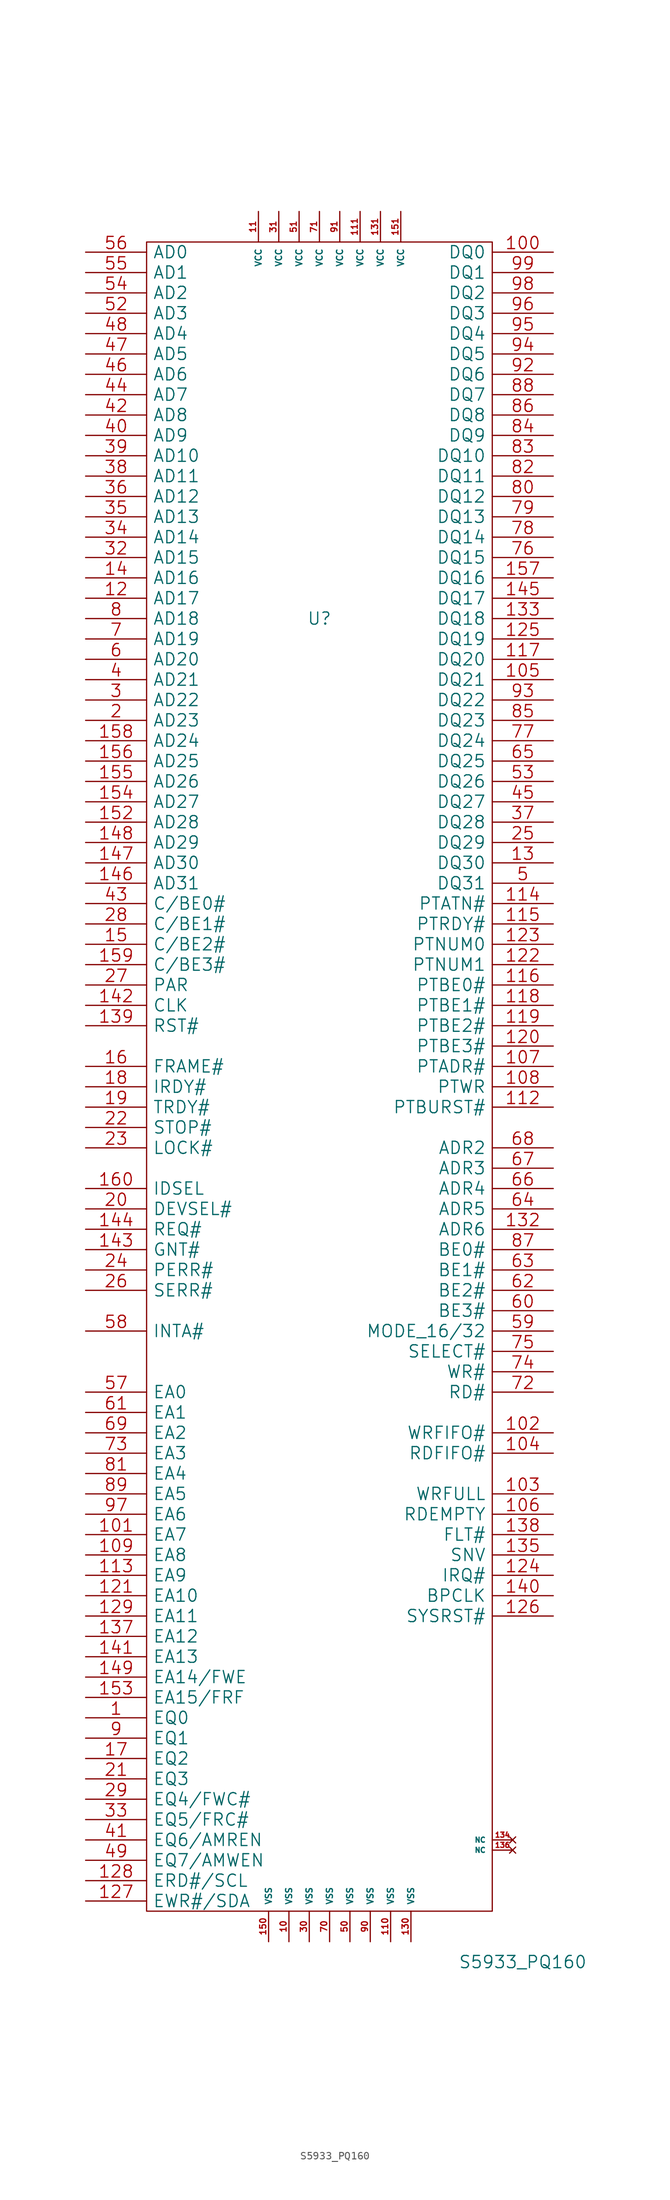
<source format=kicad_sym>
(kicad_symbol_lib
  (version 20231120)
  (generator "kicad_symbol_editor")
  (generator_version "8.0")
  (symbol "S5933_PQ160"
    (pin_names
      (offset 0.762))
    (property "Reference" "U"
      (at 0 57.15 0)
      (effects (font (size 1.524 1.524))))
    (property "Value" "S5933_PQ160"
      (at 25.4 -110.49 0)
      (effects (font (size 1.524 1.524))))
    (property "Footprint" ""
      (at 0 0 0)
      (effects (font (size 1.524 1.524))))
    (property "Datasheet" ""
      (at 0 0 0)
      (effects (font (size 1.524 1.524))))
    (symbol "S5933_PQ160_0_0"
      (pin power_in line (at -3.81 -107.95 90) (length 3.81) (name "VSS" (effects (font (size 0.762 0.762)))) (number "10" (effects (font (size 0.762 0.762)))))
      (pin power_in line (at -7.62 107.95 270) (length 3.81) (name "VCC" (effects (font (size 0.762 0.762)))) (number "11" (effects (font (size 0.762 0.762)))))
      (pin power_in line (at 8.89 -107.95 90) (length 3.81) (name "VSS" (effects (font (size 0.762 0.762)))) (number "110" (effects (font (size 0.762 0.762)))))
      (pin power_in line (at 5.08 107.95 270) (length 3.81) (name "VCC" (effects (font (size 0.762 0.762)))) (number "111" (effects (font (size 0.762 0.762)))))
      (pin power_in line (at 11.43 -107.95 90) (length 3.81) (name "VSS" (effects (font (size 0.762 0.762)))) (number "130" (effects (font (size 0.762 0.762)))))
      (pin power_in line (at 7.62 107.95 270) (length 3.81) (name "VCC" (effects (font (size 0.762 0.762)))) (number "131" (effects (font (size 0.762 0.762)))))
      (pin power_in line (at -6.35 -107.95 90) (length 3.81) (name "VSS" (effects (font (size 0.762 0.762)))) (number "150" (effects (font (size 0.762 0.762)))))
      (pin power_in line (at 10.16 107.95 270) (length 3.81) (name "VCC" (effects (font (size 0.762 0.762)))) (number "151" (effects (font (size 0.762 0.762)))))
      (pin power_in line (at -1.27 -107.95 90) (length 3.81) (name "VSS" (effects (font (size 0.762 0.762)))) (number "30" (effects (font (size 0.762 0.762)))))
      (pin power_in line (at -5.08 107.95 270) (length 3.81) (name "VCC" (effects (font (size 0.762 0.762)))) (number "31" (effects (font (size 0.762 0.762)))))
      (pin power_in line (at 3.81 -107.95 90) (length 3.81) (name "VSS" (effects (font (size 0.762 0.762)))) (number "50" (effects (font (size 0.762 0.762)))))
      (pin power_in line (at -2.54 107.95 270) (length 3.81) (name "VCC" (effects (font (size 0.762 0.762)))) (number "51" (effects (font (size 0.762 0.762)))))
      (pin power_in line (at 1.27 -107.95 90) (length 3.81) (name "VSS" (effects (font (size 0.762 0.762)))) (number "70" (effects (font (size 0.762 0.762)))))
      (pin power_in line (at 0 107.95 270) (length 3.81) (name "VCC" (effects (font (size 0.762 0.762)))) (number "71" (effects (font (size 0.762 0.762)))))
      (pin power_in line (at 6.35 -107.95 90) (length 3.81) (name "VSS" (effects (font (size 0.762 0.762)))) (number "90" (effects (font (size 0.762 0.762)))))
      (pin power_in line (at 2.54 107.95 270) (length 3.81) (name "VCC" (effects (font (size 0.762 0.762)))) (number "91" (effects (font (size 0.762 0.762))))))
    (symbol "S5933_PQ160_0_1"
      (rectangle (start -21.59 104.14) (end 21.59 -104.14) (stroke (width 0) (type default)) (fill (type none))))
    (symbol "S5933_PQ160_1_1"
      (pin bidirectional line (at -29.21 -80.01 0) (length 7.62) (name "EQ0" (effects (font (size 1.524 1.524)))) (number "1" (effects (font (size 1.524 1.524)))))
      (pin bidirectional line (at 29.21 102.87 180) (length 7.62) (name "DQ0" (effects (font (size 1.524 1.524)))) (number "100" (effects (font (size 1.524 1.524)))))
      (pin bidirectional line (at -29.21 -57.15 0) (length 7.62) (name "EA7" (effects (font (size 1.524 1.524)))) (number "101" (effects (font (size 1.524 1.524)))))
      (pin input line (at 29.21 -44.45 180) (length 7.62) (name "WRFIFO#" (effects (font (size 1.524 1.524)))) (number "102" (effects (font (size 1.524 1.524)))))
      (pin output line (at 29.21 -52.07 180) (length 7.62) (name "WRFULL" (effects (font (size 1.524 1.524)))) (number "103" (effects (font (size 1.524 1.524)))))
      (pin input line (at 29.21 -46.99 180) (length 7.62) (name "RDFIFO#" (effects (font (size 1.524 1.524)))) (number "104" (effects (font (size 1.524 1.524)))))
      (pin bidirectional line (at 29.21 49.53 180) (length 7.62) (name "DQ21" (effects (font (size 1.524 1.524)))) (number "105" (effects (font (size 1.524 1.524)))))
      (pin output line (at 29.21 -54.61 180) (length 7.62) (name "RDEMPTY" (effects (font (size 1.524 1.524)))) (number "106" (effects (font (size 1.524 1.524)))))
      (pin input line (at 29.21 1.27 180) (length 7.62) (name "PTADR#" (effects (font (size 1.524 1.524)))) (number "107" (effects (font (size 1.524 1.524)))))
      (pin output line (at 29.21 -1.27 180) (length 7.62) (name "PTWR" (effects (font (size 1.524 1.524)))) (number "108" (effects (font (size 1.524 1.524)))))
      (pin bidirectional line (at -29.21 -59.69 0) (length 7.62) (name "EA8" (effects (font (size 1.524 1.524)))) (number "109" (effects (font (size 1.524 1.524)))))
      (pin output line (at 29.21 -3.81 180) (length 7.62) (name "PTBURST#" (effects (font (size 1.524 1.524)))) (number "112" (effects (font (size 1.524 1.524)))))
      (pin output line (at -29.21 -62.23 0) (length 7.62) (name "EA9" (effects (font (size 1.524 1.524)))) (number "113" (effects (font (size 1.524 1.524)))))
      (pin output line (at 29.21 21.59 180) (length 7.62) (name "PTATN#" (effects (font (size 1.524 1.524)))) (number "114" (effects (font (size 1.524 1.524)))))
      (pin input line (at 29.21 19.05 180) (length 7.62) (name "PTRDY#" (effects (font (size 1.524 1.524)))) (number "115" (effects (font (size 1.524 1.524)))))
      (pin output line (at 29.21 11.43 180) (length 7.62) (name "PTBE0#" (effects (font (size 1.524 1.524)))) (number "116" (effects (font (size 1.524 1.524)))))
      (pin bidirectional line (at 29.21 52.07 180) (length 7.62) (name "DQ20" (effects (font (size 1.524 1.524)))) (number "117" (effects (font (size 1.524 1.524)))))
      (pin output line (at 29.21 8.89 180) (length 7.62) (name "PTBE1#" (effects (font (size 1.524 1.524)))) (number "118" (effects (font (size 1.524 1.524)))))
      (pin output line (at 29.21 6.35 180) (length 7.62) (name "PTBE2#" (effects (font (size 1.524 1.524)))) (number "119" (effects (font (size 1.524 1.524)))))
      (pin bidirectional line (at -29.21 59.69 0) (length 7.62) (name "AD17" (effects (font (size 1.524 1.524)))) (number "12" (effects (font (size 1.524 1.524)))))
      (pin output line (at 29.21 3.81 180) (length 7.62) (name "PTBE3#" (effects (font (size 1.524 1.524)))) (number "120" (effects (font (size 1.524 1.524)))))
      (pin output line (at -29.21 -64.77 0) (length 7.62) (name "EA10" (effects (font (size 1.524 1.524)))) (number "121" (effects (font (size 1.524 1.524)))))
      (pin output line (at 29.21 13.97 180) (length 7.62) (name "PTNUM1" (effects (font (size 1.524 1.524)))) (number "122" (effects (font (size 1.524 1.524)))))
      (pin output line (at 29.21 16.51 180) (length 7.62) (name "PTNUM0" (effects (font (size 1.524 1.524)))) (number "123" (effects (font (size 1.524 1.524)))))
      (pin output line (at 29.21 -62.23 180) (length 7.62) (name "IRQ#" (effects (font (size 1.524 1.524)))) (number "124" (effects (font (size 1.524 1.524)))))
      (pin bidirectional line (at 29.21 54.61 180) (length 7.62) (name "DQ19" (effects (font (size 1.524 1.524)))) (number "125" (effects (font (size 1.524 1.524)))))
      (pin output line (at 29.21 -67.31 180) (length 7.62) (name "SYSRST#" (effects (font (size 1.524 1.524)))) (number "126" (effects (font (size 1.524 1.524)))))
      (pin bidirectional line (at -29.21 -102.87 0) (length 7.62) (name "EWR#/SDA" (effects (font (size 1.524 1.524)))) (number "127" (effects (font (size 1.524 1.524)))))
      (pin output line (at -29.21 -100.33 0) (length 7.62) (name "ERD#/SCL" (effects (font (size 1.524 1.524)))) (number "128" (effects (font (size 1.524 1.524)))))
      (pin output line (at -29.21 -67.31 0) (length 7.62) (name "EA11" (effects (font (size 1.524 1.524)))) (number "129" (effects (font (size 1.524 1.524)))))
      (pin bidirectional line (at 29.21 26.67 180) (length 7.62) (name "DQ30" (effects (font (size 1.524 1.524)))) (number "13" (effects (font (size 1.524 1.524)))))
      (pin input line (at 29.21 -19.05 180) (length 7.62) (name "ADR6" (effects (font (size 1.524 1.524)))) (number "132" (effects (font (size 1.524 1.524)))))
      (pin bidirectional line (at 29.21 57.15 180) (length 7.62) (name "DQ18" (effects (font (size 1.524 1.524)))) (number "133" (effects (font (size 1.524 1.524)))))
      (pin no_connect line (at 24.13 -95.25 180) (length 2.54) (name "NC" (effects (font (size 0.635 0.635)))) (number "134" (effects (font (size 0.635 0.635)))))
      (pin input line (at 29.21 -59.69 180) (length 7.62) (name "SNV" (effects (font (size 1.524 1.524)))) (number "135" (effects (font (size 1.524 1.524)))))
      (pin no_connect line (at 24.13 -96.52 180) (length 2.54) (name "NC" (effects (font (size 0.635 0.635)))) (number "136" (effects (font (size 0.635 0.635)))))
      (pin output line (at -29.21 -69.85 0) (length 7.62) (name "EA12" (effects (font (size 1.524 1.524)))) (number "137" (effects (font (size 1.524 1.524)))))
      (pin input line (at 29.21 -57.15 180) (length 7.62) (name "FLT#" (effects (font (size 1.524 1.524)))) (number "138" (effects (font (size 1.524 1.524)))))
      (pin input line (at -29.21 6.35 0) (length 7.62) (name "RST#" (effects (font (size 1.524 1.524)))) (number "139" (effects (font (size 1.524 1.524)))))
      (pin bidirectional line (at -29.21 62.23 0) (length 7.62) (name "AD16" (effects (font (size 1.524 1.524)))) (number "14" (effects (font (size 1.524 1.524)))))
      (pin output line (at 29.21 -64.77 180) (length 7.62) (name "BPCLK" (effects (font (size 1.524 1.524)))) (number "140" (effects (font (size 1.524 1.524)))))
      (pin output line (at -29.21 -72.39 0) (length 7.62) (name "EA13" (effects (font (size 1.524 1.524)))) (number "141" (effects (font (size 1.524 1.524)))))
      (pin input line (at -29.21 8.89 0) (length 7.62) (name "CLK" (effects (font (size 1.524 1.524)))) (number "142" (effects (font (size 1.524 1.524)))))
      (pin input line (at -29.21 -21.59 0) (length 7.62) (name "GNT#" (effects (font (size 1.524 1.524)))) (number "143" (effects (font (size 1.524 1.524)))))
      (pin output line (at -29.21 -19.05 0) (length 7.62) (name "REQ#" (effects (font (size 1.524 1.524)))) (number "144" (effects (font (size 1.524 1.524)))))
      (pin bidirectional line (at 29.21 59.69 180) (length 7.62) (name "DQ17" (effects (font (size 1.524 1.524)))) (number "145" (effects (font (size 1.524 1.524)))))
      (pin bidirectional line (at -29.21 24.13 0) (length 7.62) (name "AD31" (effects (font (size 1.524 1.524)))) (number "146" (effects (font (size 1.524 1.524)))))
      (pin bidirectional line (at -29.21 26.67 0) (length 7.62) (name "AD30" (effects (font (size 1.524 1.524)))) (number "147" (effects (font (size 1.524 1.524)))))
      (pin bidirectional line (at -29.21 29.21 0) (length 7.62) (name "AD29" (effects (font (size 1.524 1.524)))) (number "148" (effects (font (size 1.524 1.524)))))
      (pin bidirectional line (at -29.21 -74.93 0) (length 7.62) (name "EA14/FWE" (effects (font (size 1.524 1.524)))) (number "149" (effects (font (size 1.524 1.524)))))
      (pin bidirectional line (at -29.21 16.51 0) (length 7.62) (name "C/BE2#" (effects (font (size 1.524 1.524)))) (number "15" (effects (font (size 1.524 1.524)))))
      (pin bidirectional line (at -29.21 31.75 0) (length 7.62) (name "AD28" (effects (font (size 1.524 1.524)))) (number "152" (effects (font (size 1.524 1.524)))))
      (pin bidirectional line (at -29.21 -77.47 0) (length 7.62) (name "EA15/FRF" (effects (font (size 1.524 1.524)))) (number "153" (effects (font (size 1.524 1.524)))))
      (pin bidirectional line (at -29.21 34.29 0) (length 7.62) (name "AD27" (effects (font (size 1.524 1.524)))) (number "154" (effects (font (size 1.524 1.524)))))
      (pin bidirectional line (at -29.21 36.83 0) (length 7.62) (name "AD26" (effects (font (size 1.524 1.524)))) (number "155" (effects (font (size 1.524 1.524)))))
      (pin bidirectional line (at -29.21 39.37 0) (length 7.62) (name "AD25" (effects (font (size 1.524 1.524)))) (number "156" (effects (font (size 1.524 1.524)))))
      (pin bidirectional line (at 29.21 62.23 180) (length 7.62) (name "DQ16" (effects (font (size 1.524 1.524)))) (number "157" (effects (font (size 1.524 1.524)))))
      (pin bidirectional line (at -29.21 41.91 0) (length 7.62) (name "AD24" (effects (font (size 1.524 1.524)))) (number "158" (effects (font (size 1.524 1.524)))))
      (pin bidirectional line (at -29.21 13.97 0) (length 7.62) (name "C/BE3#" (effects (font (size 1.524 1.524)))) (number "159" (effects (font (size 1.524 1.524)))))
      (pin bidirectional line (at -29.21 1.27 0) (length 7.62) (name "FRAME#" (effects (font (size 1.524 1.524)))) (number "16" (effects (font (size 1.524 1.524)))))
      (pin input line (at -29.21 -13.97 0) (length 7.62) (name "IDSEL" (effects (font (size 1.524 1.524)))) (number "160" (effects (font (size 1.524 1.524)))))
      (pin bidirectional line (at -29.21 -85.09 0) (length 7.62) (name "EQ2" (effects (font (size 1.524 1.524)))) (number "17" (effects (font (size 1.524 1.524)))))
      (pin bidirectional line (at -29.21 -1.27 0) (length 7.62) (name "IRDY#" (effects (font (size 1.524 1.524)))) (number "18" (effects (font (size 1.524 1.524)))))
      (pin bidirectional line (at -29.21 -3.81 0) (length 7.62) (name "TRDY#" (effects (font (size 1.524 1.524)))) (number "19" (effects (font (size 1.524 1.524)))))
      (pin bidirectional line (at -29.21 44.45 0) (length 7.62) (name "AD23" (effects (font (size 1.524 1.524)))) (number "2" (effects (font (size 1.524 1.524)))))
      (pin bidirectional line (at -29.21 -16.51 0) (length 7.62) (name "DEVSEL#" (effects (font (size 1.524 1.524)))) (number "20" (effects (font (size 1.524 1.524)))))
      (pin bidirectional line (at -29.21 -87.63 0) (length 7.62) (name "EQ3" (effects (font (size 1.524 1.524)))) (number "21" (effects (font (size 1.524 1.524)))))
      (pin bidirectional line (at -29.21 -6.35 0) (length 7.62) (name "STOP#" (effects (font (size 1.524 1.524)))) (number "22" (effects (font (size 1.524 1.524)))))
      (pin input line (at -29.21 -8.89 0) (length 7.62) (name "LOCK#" (effects (font (size 1.524 1.524)))) (number "23" (effects (font (size 1.524 1.524)))))
      (pin bidirectional line (at -29.21 -24.13 0) (length 7.62) (name "PERR#" (effects (font (size 1.524 1.524)))) (number "24" (effects (font (size 1.524 1.524)))))
      (pin bidirectional line (at 29.21 29.21 180) (length 7.62) (name "DQ29" (effects (font (size 1.524 1.524)))) (number "25" (effects (font (size 1.524 1.524)))))
      (pin output line (at -29.21 -26.67 0) (length 7.62) (name "SERR#" (effects (font (size 1.524 1.524)))) (number "26" (effects (font (size 1.524 1.524)))))
      (pin bidirectional line (at -29.21 11.43 0) (length 7.62) (name "PAR" (effects (font (size 1.524 1.524)))) (number "27" (effects (font (size 1.524 1.524)))))
      (pin bidirectional line (at -29.21 19.05 0) (length 7.62) (name "C/BE1#" (effects (font (size 1.524 1.524)))) (number "28" (effects (font (size 1.524 1.524)))))
      (pin bidirectional line (at -29.21 -90.17 0) (length 7.62) (name "EQ4/FWC#" (effects (font (size 1.524 1.524)))) (number "29" (effects (font (size 1.524 1.524)))))
      (pin bidirectional line (at -29.21 46.99 0) (length 7.62) (name "AD22" (effects (font (size 1.524 1.524)))) (number "3" (effects (font (size 1.524 1.524)))))
      (pin bidirectional line (at -29.21 64.77 0) (length 7.62) (name "AD15" (effects (font (size 1.524 1.524)))) (number "32" (effects (font (size 1.524 1.524)))))
      (pin bidirectional line (at -29.21 -92.71 0) (length 7.62) (name "EQ5/FRC#" (effects (font (size 1.524 1.524)))) (number "33" (effects (font (size 1.524 1.524)))))
      (pin bidirectional line (at -29.21 67.31 0) (length 7.62) (name "AD14" (effects (font (size 1.524 1.524)))) (number "34" (effects (font (size 1.524 1.524)))))
      (pin bidirectional line (at -29.21 69.85 0) (length 7.62) (name "AD13" (effects (font (size 1.524 1.524)))) (number "35" (effects (font (size 1.524 1.524)))))
      (pin bidirectional line (at -29.21 72.39 0) (length 7.62) (name "AD12" (effects (font (size 1.524 1.524)))) (number "36" (effects (font (size 1.524 1.524)))))
      (pin bidirectional line (at 29.21 31.75 180) (length 7.62) (name "DQ28" (effects (font (size 1.524 1.524)))) (number "37" (effects (font (size 1.524 1.524)))))
      (pin bidirectional line (at -29.21 74.93 0) (length 7.62) (name "AD11" (effects (font (size 1.524 1.524)))) (number "38" (effects (font (size 1.524 1.524)))))
      (pin bidirectional line (at -29.21 77.47 0) (length 7.62) (name "AD10" (effects (font (size 1.524 1.524)))) (number "39" (effects (font (size 1.524 1.524)))))
      (pin bidirectional line (at -29.21 49.53 0) (length 7.62) (name "AD21" (effects (font (size 1.524 1.524)))) (number "4" (effects (font (size 1.524 1.524)))))
      (pin bidirectional line (at -29.21 80.01 0) (length 7.62) (name "AD9" (effects (font (size 1.524 1.524)))) (number "40" (effects (font (size 1.524 1.524)))))
      (pin bidirectional line (at -29.21 -95.25 0) (length 7.62) (name "EQ6/AMREN" (effects (font (size 1.524 1.524)))) (number "41" (effects (font (size 1.524 1.524)))))
      (pin bidirectional line (at -29.21 82.55 0) (length 7.62) (name "AD8" (effects (font (size 1.524 1.524)))) (number "42" (effects (font (size 1.524 1.524)))))
      (pin bidirectional line (at -29.21 21.59 0) (length 7.62) (name "C/BE0#" (effects (font (size 1.524 1.524)))) (number "43" (effects (font (size 1.524 1.524)))))
      (pin bidirectional line (at -29.21 85.09 0) (length 7.62) (name "AD7" (effects (font (size 1.524 1.524)))) (number "44" (effects (font (size 1.524 1.524)))))
      (pin bidirectional line (at 29.21 34.29 180) (length 7.62) (name "DQ27" (effects (font (size 1.524 1.524)))) (number "45" (effects (font (size 1.524 1.524)))))
      (pin bidirectional line (at -29.21 87.63 0) (length 7.62) (name "AD6" (effects (font (size 1.524 1.524)))) (number "46" (effects (font (size 1.524 1.524)))))
      (pin bidirectional line (at -29.21 90.17 0) (length 7.62) (name "AD5" (effects (font (size 1.524 1.524)))) (number "47" (effects (font (size 1.524 1.524)))))
      (pin bidirectional line (at -29.21 92.71 0) (length 7.62) (name "AD4" (effects (font (size 1.524 1.524)))) (number "48" (effects (font (size 1.524 1.524)))))
      (pin bidirectional line (at -29.21 -97.79 0) (length 7.62) (name "EQ7/AMWEN" (effects (font (size 1.524 1.524)))) (number "49" (effects (font (size 1.524 1.524)))))
      (pin bidirectional line (at 29.21 24.13 180) (length 7.62) (name "DQ31" (effects (font (size 1.524 1.524)))) (number "5" (effects (font (size 1.524 1.524)))))
      (pin bidirectional line (at -29.21 95.25 0) (length 7.62) (name "AD3" (effects (font (size 1.524 1.524)))) (number "52" (effects (font (size 1.524 1.524)))))
      (pin bidirectional line (at 29.21 36.83 180) (length 7.62) (name "DQ26" (effects (font (size 1.524 1.524)))) (number "53" (effects (font (size 1.524 1.524)))))
      (pin bidirectional line (at -29.21 97.79 0) (length 7.62) (name "AD2" (effects (font (size 1.524 1.524)))) (number "54" (effects (font (size 1.524 1.524)))))
      (pin bidirectional line (at -29.21 100.33 0) (length 7.62) (name "AD1" (effects (font (size 1.524 1.524)))) (number "55" (effects (font (size 1.524 1.524)))))
      (pin bidirectional line (at -29.21 102.87 0) (length 7.62) (name "AD0" (effects (font (size 1.524 1.524)))) (number "56" (effects (font (size 1.524 1.524)))))
      (pin bidirectional line (at -29.21 -39.37 0) (length 7.62) (name "EA0" (effects (font (size 1.524 1.524)))) (number "57" (effects (font (size 1.524 1.524)))))
      (pin output line (at -29.21 -31.75 0) (length 7.62) (name "INTA#" (effects (font (size 1.524 1.524)))) (number "58" (effects (font (size 1.524 1.524)))))
      (pin input line (at 29.21 -31.75 180) (length 7.62) (name "MODE_16/32" (effects (font (size 1.524 1.524)))) (number "59" (effects (font (size 1.524 1.524)))))
      (pin bidirectional line (at -29.21 52.07 0) (length 7.62) (name "AD20" (effects (font (size 1.524 1.524)))) (number "6" (effects (font (size 1.524 1.524)))))
      (pin input line (at 29.21 -29.21 180) (length 7.62) (name "BE3#" (effects (font (size 1.524 1.524)))) (number "60" (effects (font (size 1.524 1.524)))))
      (pin bidirectional line (at -29.21 -41.91 0) (length 7.62) (name "EA1" (effects (font (size 1.524 1.524)))) (number "61" (effects (font (size 1.524 1.524)))))
      (pin input line (at 29.21 -26.67 180) (length 7.62) (name "BE2#" (effects (font (size 1.524 1.524)))) (number "62" (effects (font (size 1.524 1.524)))))
      (pin input line (at 29.21 -24.13 180) (length 7.62) (name "BE1#" (effects (font (size 1.524 1.524)))) (number "63" (effects (font (size 1.524 1.524)))))
      (pin input line (at 29.21 -16.51 180) (length 7.62) (name "ADR5" (effects (font (size 1.524 1.524)))) (number "64" (effects (font (size 1.524 1.524)))))
      (pin bidirectional line (at 29.21 39.37 180) (length 7.62) (name "DQ25" (effects (font (size 1.524 1.524)))) (number "65" (effects (font (size 1.524 1.524)))))
      (pin input line (at 29.21 -13.97 180) (length 7.62) (name "ADR4" (effects (font (size 1.524 1.524)))) (number "66" (effects (font (size 1.524 1.524)))))
      (pin input line (at 29.21 -11.43 180) (length 7.62) (name "ADR3" (effects (font (size 1.524 1.524)))) (number "67" (effects (font (size 1.524 1.524)))))
      (pin input line (at 29.21 -8.89 180) (length 7.62) (name "ADR2" (effects (font (size 1.524 1.524)))) (number "68" (effects (font (size 1.524 1.524)))))
      (pin bidirectional line (at -29.21 -44.45 0) (length 7.62) (name "EA2" (effects (font (size 1.524 1.524)))) (number "69" (effects (font (size 1.524 1.524)))))
      (pin bidirectional line (at -29.21 54.61 0) (length 7.62) (name "AD19" (effects (font (size 1.524 1.524)))) (number "7" (effects (font (size 1.524 1.524)))))
      (pin input line (at 29.21 -39.37 180) (length 7.62) (name "RD#" (effects (font (size 1.524 1.524)))) (number "72" (effects (font (size 1.524 1.524)))))
      (pin bidirectional line (at -29.21 -46.99 0) (length 7.62) (name "EA3" (effects (font (size 1.524 1.524)))) (number "73" (effects (font (size 1.524 1.524)))))
      (pin input line (at 29.21 -36.83 180) (length 7.62) (name "WR#" (effects (font (size 1.524 1.524)))) (number "74" (effects (font (size 1.524 1.524)))))
      (pin input line (at 29.21 -34.29 180) (length 7.62) (name "SELECT#" (effects (font (size 1.524 1.524)))) (number "75" (effects (font (size 1.524 1.524)))))
      (pin bidirectional line (at 29.21 64.77 180) (length 7.62) (name "DQ15" (effects (font (size 1.524 1.524)))) (number "76" (effects (font (size 1.524 1.524)))))
      (pin bidirectional line (at 29.21 41.91 180) (length 7.62) (name "DQ24" (effects (font (size 1.524 1.524)))) (number "77" (effects (font (size 1.524 1.524)))))
      (pin bidirectional line (at 29.21 67.31 180) (length 7.62) (name "DQ14" (effects (font (size 1.524 1.524)))) (number "78" (effects (font (size 1.524 1.524)))))
      (pin bidirectional line (at 29.21 69.85 180) (length 7.62) (name "DQ13" (effects (font (size 1.524 1.524)))) (number "79" (effects (font (size 1.524 1.524)))))
      (pin bidirectional line (at -29.21 57.15 0) (length 7.62) (name "AD18" (effects (font (size 1.524 1.524)))) (number "8" (effects (font (size 1.524 1.524)))))
      (pin bidirectional line (at 29.21 72.39 180) (length 7.62) (name "DQ12" (effects (font (size 1.524 1.524)))) (number "80" (effects (font (size 1.524 1.524)))))
      (pin bidirectional line (at -29.21 -49.53 0) (length 7.62) (name "EA4" (effects (font (size 1.524 1.524)))) (number "81" (effects (font (size 1.524 1.524)))))
      (pin bidirectional line (at 29.21 74.93 180) (length 7.62) (name "DQ11" (effects (font (size 1.524 1.524)))) (number "82" (effects (font (size 1.524 1.524)))))
      (pin bidirectional line (at 29.21 77.47 180) (length 7.62) (name "DQ10" (effects (font (size 1.524 1.524)))) (number "83" (effects (font (size 1.524 1.524)))))
      (pin bidirectional line (at 29.21 80.01 180) (length 7.62) (name "DQ9" (effects (font (size 1.524 1.524)))) (number "84" (effects (font (size 1.524 1.524)))))
      (pin bidirectional line (at 29.21 44.45 180) (length 7.62) (name "DQ23" (effects (font (size 1.524 1.524)))) (number "85" (effects (font (size 1.524 1.524)))))
      (pin bidirectional line (at 29.21 82.55 180) (length 7.62) (name "DQ8" (effects (font (size 1.524 1.524)))) (number "86" (effects (font (size 1.524 1.524)))))
      (pin input line (at 29.21 -21.59 180) (length 7.62) (name "BE0#" (effects (font (size 1.524 1.524)))) (number "87" (effects (font (size 1.524 1.524)))))
      (pin bidirectional line (at 29.21 85.09 180) (length 7.62) (name "DQ7" (effects (font (size 1.524 1.524)))) (number "88" (effects (font (size 1.524 1.524)))))
      (pin bidirectional line (at -29.21 -52.07 0) (length 7.62) (name "EA5" (effects (font (size 1.524 1.524)))) (number "89" (effects (font (size 1.524 1.524)))))
      (pin bidirectional line (at -29.21 -82.55 0) (length 7.62) (name "EQ1" (effects (font (size 1.524 1.524)))) (number "9" (effects (font (size 1.524 1.524)))))
      (pin bidirectional line (at 29.21 87.63 180) (length 7.62) (name "DQ6" (effects (font (size 1.524 1.524)))) (number "92" (effects (font (size 1.524 1.524)))))
      (pin bidirectional line (at 29.21 46.99 180) (length 7.62) (name "DQ22" (effects (font (size 1.524 1.524)))) (number "93" (effects (font (size 1.524 1.524)))))
      (pin bidirectional line (at 29.21 90.17 180) (length 7.62) (name "DQ5" (effects (font (size 1.524 1.524)))) (number "94" (effects (font (size 1.524 1.524)))))
      (pin bidirectional line (at 29.21 92.71 180) (length 7.62) (name "DQ4" (effects (font (size 1.524 1.524)))) (number "95" (effects (font (size 1.524 1.524)))))
      (pin bidirectional line (at 29.21 95.25 180) (length 7.62) (name "DQ3" (effects (font (size 1.524 1.524)))) (number "96" (effects (font (size 1.524 1.524)))))
      (pin bidirectional line (at -29.21 -54.61 0) (length 7.62) (name "EA6" (effects (font (size 1.524 1.524)))) (number "97" (effects (font (size 1.524 1.524)))))
      (pin bidirectional line (at 29.21 97.79 180) (length 7.62) (name "DQ2" (effects (font (size 1.524 1.524)))) (number "98" (effects (font (size 1.524 1.524)))))
      (pin bidirectional line (at 29.21 100.33 180) (length 7.62) (name "DQ1" (effects (font (size 1.524 1.524)))) (number "99" (effects (font (size 1.524 1.524))))))))
</source>
